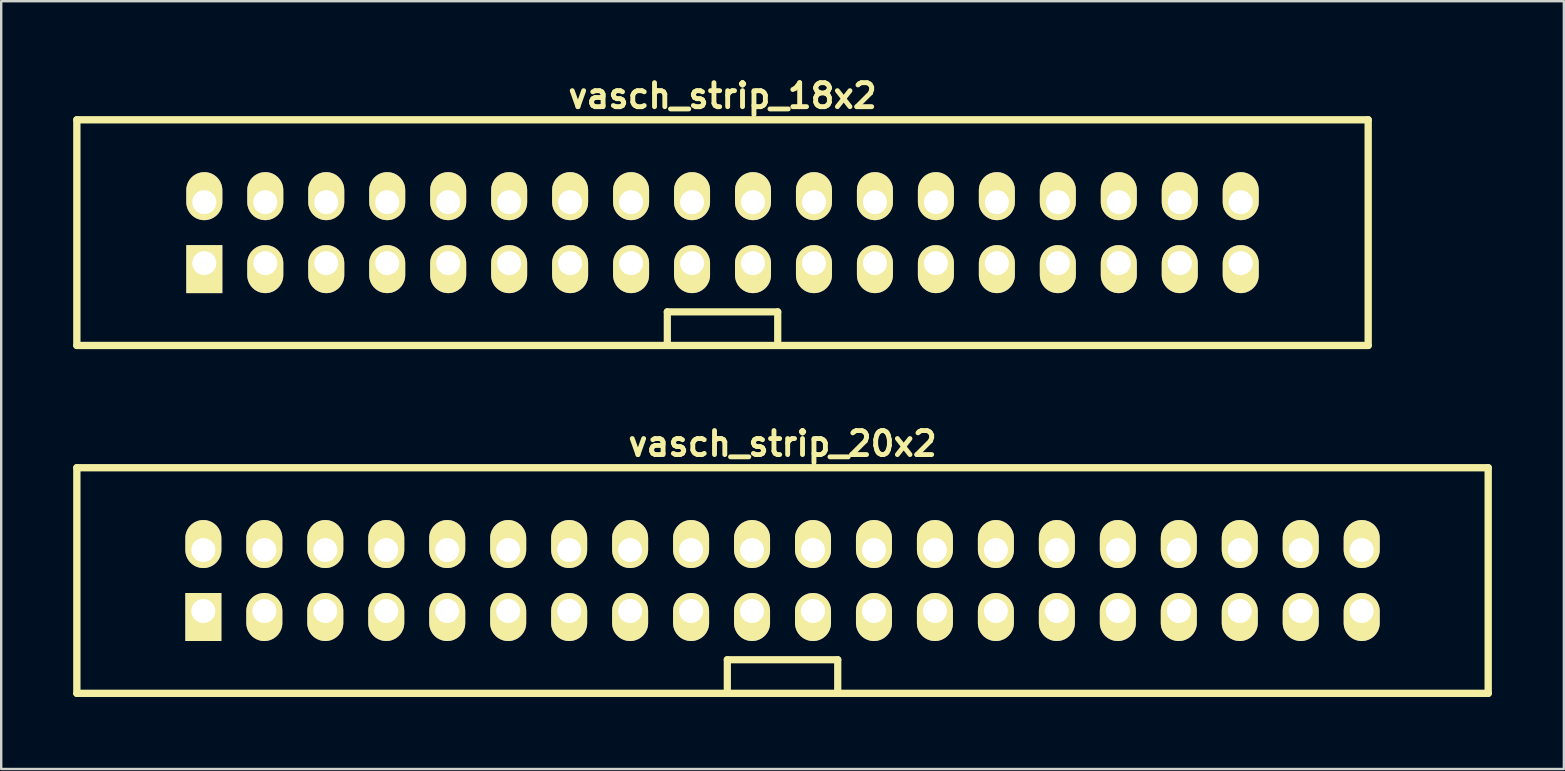
<source format=kicad_pcb>
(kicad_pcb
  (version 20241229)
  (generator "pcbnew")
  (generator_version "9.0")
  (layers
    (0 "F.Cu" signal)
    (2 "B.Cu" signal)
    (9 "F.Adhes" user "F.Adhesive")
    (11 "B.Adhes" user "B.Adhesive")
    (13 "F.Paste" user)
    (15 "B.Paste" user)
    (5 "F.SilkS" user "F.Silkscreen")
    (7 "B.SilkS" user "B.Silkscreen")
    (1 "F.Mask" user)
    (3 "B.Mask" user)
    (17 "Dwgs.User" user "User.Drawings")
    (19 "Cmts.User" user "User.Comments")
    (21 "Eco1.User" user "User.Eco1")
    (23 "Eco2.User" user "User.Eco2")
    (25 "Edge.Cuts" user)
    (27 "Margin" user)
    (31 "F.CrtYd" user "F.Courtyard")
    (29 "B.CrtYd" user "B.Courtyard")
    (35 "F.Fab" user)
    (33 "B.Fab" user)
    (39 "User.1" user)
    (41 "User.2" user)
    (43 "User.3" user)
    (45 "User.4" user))
  (footprint "vasch_strip_18x2"
    (layer "F.Cu")
    (at 27.052 6.642)
    (property "Reference" "vasch_strip_18x2" (at 0 -5.7 0) (layer "F.SilkS") (effects (font (size 1 1) (thickness 0.203))))
    (attr through_hole)
    (fp_line (start -26.9 -4.7) (end -26.9 4.7) (stroke (width 0.305) (type solid)) (layer "F.SilkS"))
    (fp_line (start -26.9 4.7) (end 26.9 4.7) (stroke (width 0.305) (type solid)) (layer "F.SilkS"))
    (fp_line (start -2.3 3.3) (end -2.3 4.7) (stroke (width 0.3) (type solid)) (layer "F.SilkS"))
    (fp_line (start 2.3 3.3) (end -2.3 3.3) (stroke (width 0.3) (type solid)) (layer "F.SilkS"))
    (fp_line (start 2.3 4.7) (end 2.3 3.3) (stroke (width 0.3) (type solid)) (layer "F.SilkS"))
    (fp_line (start 26.9 -4.7) (end -26.9 -4.7) (stroke (width 0.305) (type solid)) (layer "F.SilkS"))
    (fp_line (start 26.9 -4.7) (end 26.9 4.7) (stroke (width 0.305) (type solid)) (layer "F.SilkS"))
    (pad "1" thru_hole rect (at -21.59 1.27) (size 1.5 2) (drill 1 (offset 0 0.25)) (layers "*.Cu" "*.Mask" "F.SilkS"))
    (pad "2" thru_hole oval (at -21.59 -1.27) (size 1.5 2) (drill 1 (offset 0 -0.25)) (layers "*.Cu" "*.Mask" "F.SilkS"))
    (pad "3" thru_hole oval (at -19.05 1.27) (size 1.5 2) (drill 1 (offset 0 0.25)) (layers "*.Cu" "*.Mask" "F.SilkS"))
    (pad "4" thru_hole oval (at -19.05 -1.27) (size 1.5 2) (drill 1 (offset 0 -0.25)) (layers "*.Cu" "*.Mask" "F.SilkS"))
    (pad "5" thru_hole oval (at -16.51 1.27) (size 1.5 2) (drill 1 (offset 0 0.25)) (layers "*.Cu" "*.Mask" "F.SilkS"))
    (pad "6" thru_hole oval (at -16.51 -1.27) (size 1.5 2) (drill 1 (offset 0 -0.25)) (layers "*.Cu" "*.Mask" "F.SilkS"))
    (pad "7" thru_hole oval (at -13.97 1.27) (size 1.5 2) (drill 1 (offset 0 0.25)) (layers "*.Cu" "*.Mask" "F.SilkS"))
    (pad "8" thru_hole oval (at -13.97 -1.27) (size 1.5 2) (drill 1 (offset 0 -0.25)) (layers "*.Cu" "*.Mask" "F.SilkS"))
    (pad "9" thru_hole oval (at -11.43 1.27) (size 1.5 2) (drill 1 (offset 0 0.25)) (layers "*.Cu" "*.Mask" "F.SilkS"))
    (pad "10" thru_hole oval (at -11.43 -1.27) (size 1.5 2) (drill 1 (offset 0 -0.25)) (layers "*.Cu" "*.Mask" "F.SilkS"))
    (pad "11" thru_hole oval (at -8.89 1.27) (size 1.5 2) (drill 1 (offset 0 0.25)) (layers "*.Cu" "*.Mask" "F.SilkS"))
    (pad "12" thru_hole oval (at -8.89 -1.27) (size 1.5 2) (drill 1 (offset 0 -0.25)) (layers "*.Cu" "*.Mask" "F.SilkS"))
    (pad "13" thru_hole oval (at -6.35 1.27) (size 1.5 2) (drill 1 (offset 0 0.25)) (layers "*.Cu" "*.Mask" "F.SilkS"))
    (pad "14" thru_hole oval (at -6.35 -1.27) (size 1.5 2) (drill 1 (offset 0 -0.25)) (layers "*.Cu" "*.Mask" "F.SilkS"))
    (pad "15" thru_hole oval (at -3.81 1.27) (size 1.5 2) (drill 1 (offset 0 0.25)) (layers "*.Cu" "*.Mask" "F.SilkS"))
    (pad "16" thru_hole oval (at -3.81 -1.27) (size 1.5 2) (drill 1 (offset 0 -0.25)) (layers "*.Cu" "*.Mask" "F.SilkS"))
    (pad "17" thru_hole oval (at -1.27 1.27) (size 1.5 2) (drill 1 (offset 0 0.25)) (layers "*.Cu" "*.Mask" "F.SilkS"))
    (pad "18" thru_hole oval (at -1.27 -1.27) (size 1.5 2) (drill 1 (offset 0 -0.25)) (layers "*.Cu" "*.Mask" "F.SilkS"))
    (pad "19" thru_hole oval (at 1.27 1.27) (size 1.5 2) (drill 1 (offset 0 0.25)) (layers "*.Cu" "*.Mask" "F.SilkS"))
    (pad "20" thru_hole oval (at 1.27 -1.27) (size 1.5 2) (drill 1 (offset 0 -0.25)) (layers "*.Cu" "*.Mask" "F.SilkS"))
    (pad "21" thru_hole oval (at 3.81 1.27) (size 1.5 2) (drill 1 (offset 0 0.25)) (layers "*.Cu" "*.Mask" "F.SilkS"))
    (pad "22" thru_hole oval (at 3.81 -1.27) (size 1.5 2) (drill 1 (offset 0 -0.25)) (layers "*.Cu" "*.Mask" "F.SilkS"))
    (pad "23" thru_hole oval (at 6.35 1.27) (size 1.5 2) (drill 1 (offset 0 0.25)) (layers "*.Cu" "*.Mask" "F.SilkS"))
    (pad "24" thru_hole oval (at 6.35 -1.27) (size 1.5 2) (drill 1 (offset 0 -0.25)) (layers "*.Cu" "*.Mask" "F.SilkS"))
    (pad "25" thru_hole oval (at 8.89 1.27) (size 1.5 2) (drill 1 (offset 0 0.25)) (layers "*.Cu" "*.Mask" "F.SilkS"))
    (pad "26" thru_hole oval (at 8.89 -1.27) (size 1.5 2) (drill 1 (offset 0 -0.25)) (layers "*.Cu" "*.Mask" "F.SilkS"))
    (pad "27" thru_hole oval (at 11.43 1.27) (size 1.5 2) (drill 1 (offset 0 0.25)) (layers "*.Cu" "*.Mask" "F.SilkS"))
    (pad "28" thru_hole oval (at 11.43 -1.27) (size 1.5 2) (drill 1 (offset 0 -0.25)) (layers "*.Cu" "*.Mask" "F.SilkS"))
    (pad "29" thru_hole oval (at 13.97 1.27) (size 1.5 2) (drill 1 (offset 0 0.25)) (layers "*.Cu" "*.Mask" "F.SilkS"))
    (pad "30" thru_hole oval (at 13.97 -1.27) (size 1.5 2) (drill 1 (offset 0 -0.25)) (layers "*.Cu" "*.Mask" "F.SilkS"))
    (pad "31" thru_hole oval (at 16.51 1.27) (size 1.5 2) (drill 1 (offset 0 0.25)) (layers "*.Cu" "*.Mask" "F.SilkS"))
    (pad "32" thru_hole oval (at 16.51 -1.27) (size 1.5 2) (drill 1 (offset 0 -0.25)) (layers "*.Cu" "*.Mask" "F.SilkS"))
    (pad "33" thru_hole oval (at 19.05 1.27) (size 1.5 2) (drill 1 (offset 0 0.25)) (layers "*.Cu" "*.Mask" "F.SilkS"))
    (pad "34" thru_hole oval (at 19.05 -1.27) (size 1.5 2) (drill 1 (offset 0 -0.25)) (layers "*.Cu" "*.Mask" "F.SilkS"))
    (pad "35" thru_hole oval (at 21.59 1.27) (size 1.5 2) (drill 1 (offset 0 0.25)) (layers "*.Cu" "*.Mask" "F.SilkS"))
    (pad "36" thru_hole oval (at 21.59 -1.27) (size 1.5 2) (drill 1 (offset 0 -0.25)) (layers "*.Cu" "*.Mask" "F.SilkS")))
  (footprint "vasch_strip_20x2"
    (layer "F.Cu")
    (at 29.552 21.136)
    (property "Reference" "vasch_strip_20x2" (at 0 -5.7 0) (layer "F.SilkS") (effects (font (size 1 1) (thickness 0.203))))
    (attr through_hole)
    (fp_line (start -29.4 -4.7) (end -29.4 4.7) (stroke (width 0.305) (type solid)) (layer "F.SilkS"))
    (fp_line (start -29.4 4.7) (end 29.4 4.7) (stroke (width 0.305) (type solid)) (layer "F.SilkS"))
    (fp_line (start -2.3 3.3) (end -2.3 4.7) (stroke (width 0.3) (type solid)) (layer "F.SilkS"))
    (fp_line (start 2.3 3.3) (end -2.3 3.3) (stroke (width 0.3) (type solid)) (layer "F.SilkS"))
    (fp_line (start 2.3 4.7) (end 2.3 3.3) (stroke (width 0.3) (type solid)) (layer "F.SilkS"))
    (fp_line (start 29.4 -4.7) (end -29.4 -4.7) (stroke (width 0.305) (type solid)) (layer "F.SilkS"))
    (fp_line (start 29.4 -4.7) (end 29.4 4.7) (stroke (width 0.305) (type solid)) (layer "F.SilkS"))
    (pad "1" thru_hole rect (at -24.13 1.27) (size 1.5 2) (drill 1 (offset 0 0.25)) (layers "*.Cu" "*.Mask" "F.SilkS"))
    (pad "2" thru_hole oval (at -24.13 -1.27) (size 1.5 2) (drill 1 (offset 0 -0.25)) (layers "*.Cu" "*.Mask" "F.SilkS"))
    (pad "3" thru_hole oval (at -21.59 1.27) (size 1.5 2) (drill 1 (offset 0 0.25)) (layers "*.Cu" "*.Mask" "F.SilkS"))
    (pad "4" thru_hole oval (at -21.59 -1.27) (size 1.5 2) (drill 1 (offset 0 -0.25)) (layers "*.Cu" "*.Mask" "F.SilkS"))
    (pad "5" thru_hole oval (at -19.05 1.27) (size 1.5 2) (drill 1 (offset 0 0.25)) (layers "*.Cu" "*.Mask" "F.SilkS"))
    (pad "6" thru_hole oval (at -19.05 -1.27) (size 1.5 2) (drill 1 (offset 0 -0.25)) (layers "*.Cu" "*.Mask" "F.SilkS"))
    (pad "7" thru_hole oval (at -16.51 1.27) (size 1.5 2) (drill 1 (offset 0 0.25)) (layers "*.Cu" "*.Mask" "F.SilkS"))
    (pad "8" thru_hole oval (at -16.51 -1.27) (size 1.5 2) (drill 1 (offset 0 -0.25)) (layers "*.Cu" "*.Mask" "F.SilkS"))
    (pad "9" thru_hole oval (at -13.97 1.27) (size 1.5 2) (drill 1 (offset 0 0.25)) (layers "*.Cu" "*.Mask" "F.SilkS"))
    (pad "10" thru_hole oval (at -13.97 -1.27) (size 1.5 2) (drill 1 (offset 0 -0.25)) (layers "*.Cu" "*.Mask" "F.SilkS"))
    (pad "11" thru_hole oval (at -11.43 1.27) (size 1.5 2) (drill 1 (offset 0 0.25)) (layers "*.Cu" "*.Mask" "F.SilkS"))
    (pad "12" thru_hole oval (at -11.43 -1.27) (size 1.5 2) (drill 1 (offset 0 -0.25)) (layers "*.Cu" "*.Mask" "F.SilkS"))
    (pad "13" thru_hole oval (at -8.89 1.27) (size 1.5 2) (drill 1 (offset 0 0.25)) (layers "*.Cu" "*.Mask" "F.SilkS"))
    (pad "14" thru_hole oval (at -8.89 -1.27) (size 1.5 2) (drill 1 (offset 0 -0.25)) (layers "*.Cu" "*.Mask" "F.SilkS"))
    (pad "15" thru_hole oval (at -6.35 1.27) (size 1.5 2) (drill 1 (offset 0 0.25)) (layers "*.Cu" "*.Mask" "F.SilkS"))
    (pad "16" thru_hole oval (at -6.35 -1.27) (size 1.5 2) (drill 1 (offset 0 -0.25)) (layers "*.Cu" "*.Mask" "F.SilkS"))
    (pad "17" thru_hole oval (at -3.81 1.27) (size 1.5 2) (drill 1 (offset 0 0.25)) (layers "*.Cu" "*.Mask" "F.SilkS"))
    (pad "18" thru_hole oval (at -3.81 -1.27) (size 1.5 2) (drill 1 (offset 0 -0.25)) (layers "*.Cu" "*.Mask" "F.SilkS"))
    (pad "19" thru_hole oval (at -1.27 1.27) (size 1.5 2) (drill 1 (offset 0 0.25)) (layers "*.Cu" "*.Mask" "F.SilkS"))
    (pad "20" thru_hole oval (at -1.27 -1.27) (size 1.5 2) (drill 1 (offset 0 -0.25)) (layers "*.Cu" "*.Mask" "F.SilkS"))
    (pad "21" thru_hole oval (at 1.27 1.27) (size 1.5 2) (drill 1 (offset 0 0.25)) (layers "*.Cu" "*.Mask" "F.SilkS"))
    (pad "22" thru_hole oval (at 1.27 -1.27) (size 1.5 2) (drill 1 (offset 0 -0.25)) (layers "*.Cu" "*.Mask" "F.SilkS"))
    (pad "23" thru_hole oval (at 3.81 1.27) (size 1.5 2) (drill 1 (offset 0 0.25)) (layers "*.Cu" "*.Mask" "F.SilkS"))
    (pad "24" thru_hole oval (at 3.81 -1.27) (size 1.5 2) (drill 1 (offset 0 -0.25)) (layers "*.Cu" "*.Mask" "F.SilkS"))
    (pad "25" thru_hole oval (at 6.35 1.27) (size 1.5 2) (drill 1 (offset 0 0.25)) (layers "*.Cu" "*.Mask" "F.SilkS"))
    (pad "26" thru_hole oval (at 6.35 -1.27) (size 1.5 2) (drill 1 (offset 0 -0.25)) (layers "*.Cu" "*.Mask" "F.SilkS"))
    (pad "27" thru_hole oval (at 8.89 1.27) (size 1.5 2) (drill 1 (offset 0 0.25)) (layers "*.Cu" "*.Mask" "F.SilkS"))
    (pad "28" thru_hole oval (at 8.89 -1.27) (size 1.5 2) (drill 1 (offset 0 -0.25)) (layers "*.Cu" "*.Mask" "F.SilkS"))
    (pad "29" thru_hole oval (at 11.43 1.27) (size 1.5 2) (drill 1 (offset 0 0.25)) (layers "*.Cu" "*.Mask" "F.SilkS"))
    (pad "30" thru_hole oval (at 11.43 -1.27) (size 1.5 2) (drill 1 (offset 0 -0.25)) (layers "*.Cu" "*.Mask" "F.SilkS"))
    (pad "31" thru_hole oval (at 13.97 1.27) (size 1.5 2) (drill 1 (offset 0 0.25)) (layers "*.Cu" "*.Mask" "F.SilkS"))
    (pad "32" thru_hole oval (at 13.97 -1.27) (size 1.5 2) (drill 1 (offset 0 -0.25)) (layers "*.Cu" "*.Mask" "F.SilkS"))
    (pad "33" thru_hole oval (at 16.51 1.27) (size 1.5 2) (drill 1 (offset 0 0.25)) (layers "*.Cu" "*.Mask" "F.SilkS"))
    (pad "34" thru_hole oval (at 16.51 -1.27) (size 1.5 2) (drill 1 (offset 0 -0.25)) (layers "*.Cu" "*.Mask" "F.SilkS"))
    (pad "35" thru_hole oval (at 19.05 1.27) (size 1.5 2) (drill 1 (offset 0 0.25)) (layers "*.Cu" "*.Mask" "F.SilkS"))
    (pad "36" thru_hole oval (at 19.05 -1.27) (size 1.5 2) (drill 1 (offset 0 -0.25)) (layers "*.Cu" "*.Mask" "F.SilkS"))
    (pad "37" thru_hole oval (at 21.59 1.27) (size 1.5 2) (drill 1 (offset 0 0.25)) (layers "*.Cu" "*.Mask" "F.SilkS"))
    (pad "38" thru_hole oval (at 21.59 -1.27) (size 1.5 2) (drill 1 (offset 0 -0.25)) (layers "*.Cu" "*.Mask" "F.SilkS"))
    (pad "39" thru_hole oval (at 24.13 1.27) (size 1.5 2) (drill 1 (offset 0 0.25)) (layers "*.Cu" "*.Mask" "F.SilkS"))
    (pad "40" thru_hole oval (at 24.13 -1.27) (size 1.5 2) (drill 1 (offset 0 -0.25)) (layers "*.Cu" "*.Mask" "F.SilkS")))
  (gr_rect
    (start -3 -3)
    (end 62.105 28.988)
    (stroke (width 0.1) (type default))
    (fill no)
    (layer "Edge.Cuts")))
</source>
